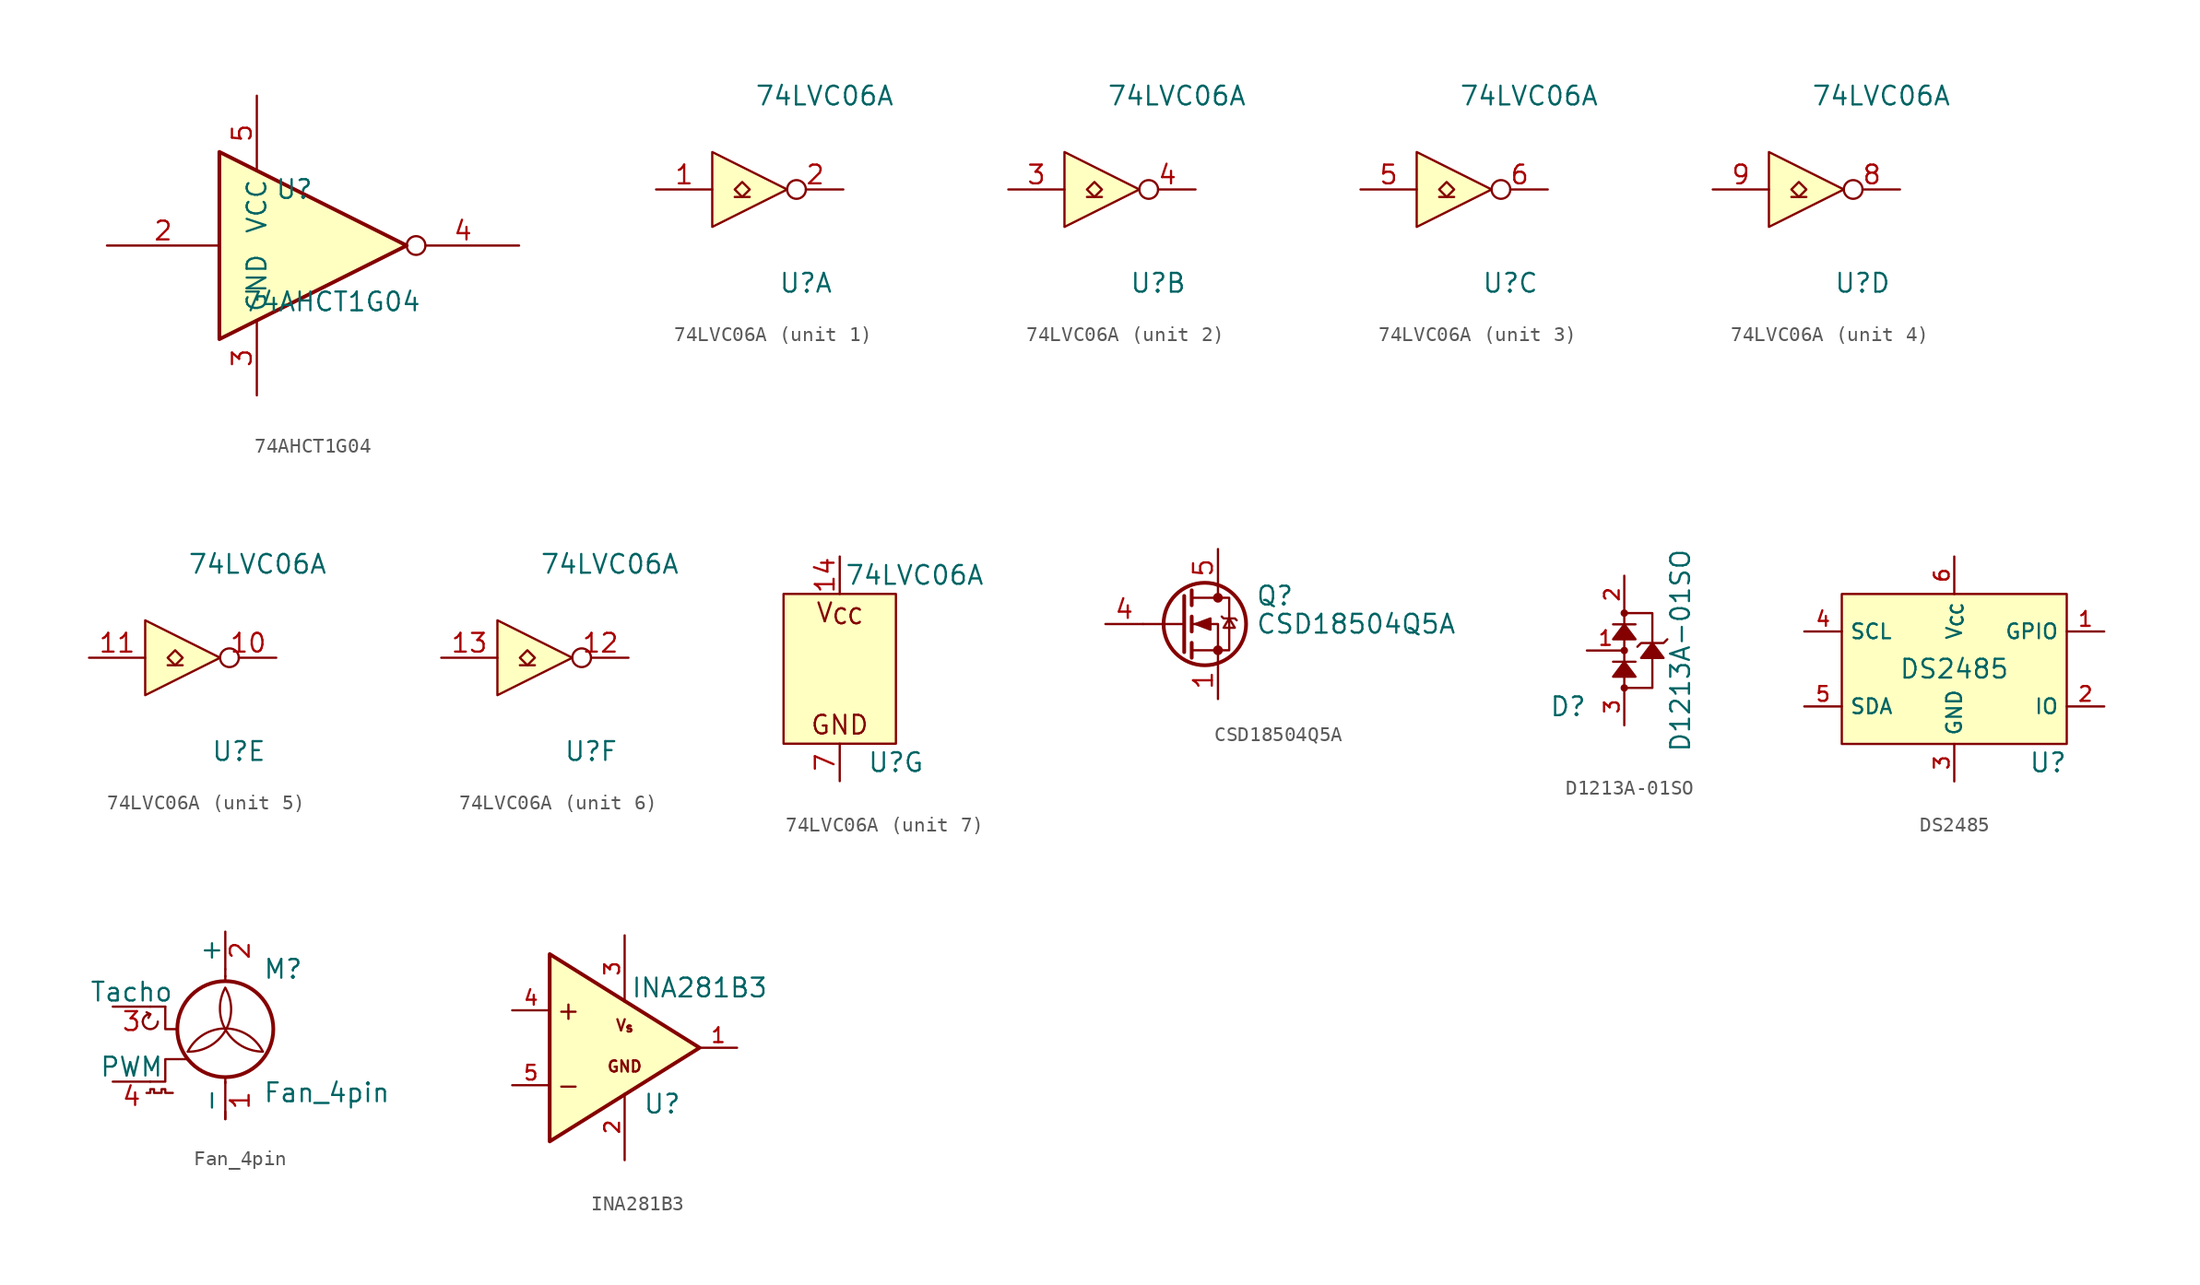
<source format=kicad_sym>
(kicad_symbol_lib
  (version 20231120)
  (generator "kicad_symbol_editor")
  (generator_version "8.0")
  (symbol "74AHCT1G04"
    (property "Reference" "U"
      (at -2.54 3.81 0)
      (effects (font (size 1.27 1.27))))
    (property "Value" "74AHCT1G04"
      (at 0 -3.81 0)
      (effects (font (size 1.27 1.27))))
    (symbol "74AHCT1G04_0_1"
      (polyline (pts (xy -7.62 6.35) (xy -7.62 -6.35) (xy 5.08 0) (xy -7.62 6.35)) (stroke (width 0.254) (type default)) (fill (type background))))
    (symbol "74AHCT1G04_1_1"
      (pin no_connect line (at 0 0 90) (length 0) hide (name "NC" (effects (font (size 1.27 1.27)))) (number "1" (effects (font (size 1.27 1.27)))))
      (pin input line (at -15.24 0 0) (length 7.62) (name "~" (effects (font (size 1.27 1.27)))) (number "2" (effects (font (size 1.27 1.27)))))
      (pin power_in line (at -5.08 -10.16 90) (length 5.08) (name "GND" (effects (font (size 1.27 1.27)))) (number "3" (effects (font (size 1.27 1.27)))))
      (pin output inverted (at 12.7 0 180) (length 7.62) (name "~" (effects (font (size 1.27 1.27)))) (number "4" (effects (font (size 1.27 1.27)))))
      (pin power_in line (at -5.08 10.16 270) (length 5.08) (name "VCC" (effects (font (size 1.27 1.27)))) (number "5" (effects (font (size 1.27 1.27)))))))
  (symbol "74LVC06A"
    (pin_names hide)
    (property "Reference" "U"
      (at 3.81 -6.35 0)
      (effects (font (size 1.27 1.27))))
    (property "Value" "74LVC06A"
      (at 5.08 6.35 0)
      (effects (font (size 1.27 1.27))))
    (symbol "74LVC06A_1_1"
      (polyline (pts (xy -1.016 -0.508) (xy 0 -0.508)) (stroke (width 0) (type default)) (fill (type none)))
      (polyline (pts (xy -2.54 2.54) (xy -2.54 -2.54) (xy 2.54 0) (xy -2.54 2.54)) (stroke (width 0) (type default)) (fill (type background)))
      (polyline (pts (xy -0.508 0.508) (xy -1.016 0) (xy -0.508 -0.508) (xy 0 0) (xy -0.508 0.508)) (stroke (width 0) (type default)) (fill (type none)))
      (pin input line (at -6.35 0 0) (length 3.81) (name "1A" (effects (font (size 1.27 1.27)))) (number "1" (effects (font (size 1.27 1.27)))))
      (pin open_collector inverted (at 6.35 0 180) (length 3.81) (name "1Y" (effects (font (size 1.27 1.27)))) (number "2" (effects (font (size 1.27 1.27))))))
    (symbol "74LVC06A_2_1"
      (polyline (pts (xy -1.016 -0.508) (xy 0 -0.508)) (stroke (width 0) (type default)) (fill (type none)))
      (polyline (pts (xy -2.54 2.54) (xy -2.54 -2.54) (xy 2.54 0) (xy -2.54 2.54)) (stroke (width 0) (type default)) (fill (type background)))
      (polyline (pts (xy -0.508 0.508) (xy -1.016 0) (xy -0.508 -0.508) (xy 0 0) (xy -0.508 0.508)) (stroke (width 0) (type default)) (fill (type none)))
      (pin input line (at -6.35 0 0) (length 3.81) (name "2A" (effects (font (size 1.27 1.27)))) (number "3" (effects (font (size 1.27 1.27)))))
      (pin open_collector inverted (at 6.35 0 180) (length 3.81) (name "2Y" (effects (font (size 1.27 1.27)))) (number "4" (effects (font (size 1.27 1.27))))))
    (symbol "74LVC06A_3_1"
      (polyline (pts (xy -1.016 -0.508) (xy 0 -0.508)) (stroke (width 0) (type default)) (fill (type none)))
      (polyline (pts (xy -2.54 2.54) (xy -2.54 -2.54) (xy 2.54 0) (xy -2.54 2.54)) (stroke (width 0) (type default)) (fill (type background)))
      (polyline (pts (xy -0.508 0.508) (xy -1.016 0) (xy -0.508 -0.508) (xy 0 0) (xy -0.508 0.508)) (stroke (width 0) (type default)) (fill (type none)))
      (pin input line (at -6.35 0 0) (length 3.81) (name "3A" (effects (font (size 1.27 1.27)))) (number "5" (effects (font (size 1.27 1.27)))))
      (pin open_collector inverted (at 6.35 0 180) (length 3.81) (name "3Y" (effects (font (size 1.27 1.27)))) (number "6" (effects (font (size 1.27 1.27))))))
    (symbol "74LVC06A_4_1"
      (polyline (pts (xy -1.016 -0.508) (xy 0 -0.508)) (stroke (width 0) (type default)) (fill (type none)))
      (polyline (pts (xy -2.54 2.54) (xy -2.54 -2.54) (xy 2.54 0) (xy -2.54 2.54)) (stroke (width 0) (type default)) (fill (type background)))
      (polyline (pts (xy -0.508 0.508) (xy -1.016 0) (xy -0.508 -0.508) (xy 0 0) (xy -0.508 0.508)) (stroke (width 0) (type default)) (fill (type none)))
      (pin open_collector inverted (at 6.35 0 180) (length 3.81) (name "4Y" (effects (font (size 1.27 1.27)))) (number "8" (effects (font (size 1.27 1.27)))))
      (pin input line (at -6.35 0 0) (length 3.81) (name "4A" (effects (font (size 1.27 1.27)))) (number "9" (effects (font (size 1.27 1.27))))))
    (symbol "74LVC06A_5_1"
      (polyline (pts (xy -1.016 -0.508) (xy 0 -0.508)) (stroke (width 0) (type default)) (fill (type none)))
      (polyline (pts (xy -2.54 2.54) (xy -2.54 -2.54) (xy 2.54 0) (xy -2.54 2.54)) (stroke (width 0) (type default)) (fill (type background)))
      (polyline (pts (xy -0.508 0.508) (xy -1.016 0) (xy -0.508 -0.508) (xy 0 0) (xy -0.508 0.508)) (stroke (width 0) (type default)) (fill (type none)))
      (pin open_collector inverted (at 6.35 0 180) (length 3.81) (name "5Y" (effects (font (size 1.27 1.27)))) (number "10" (effects (font (size 1.27 1.27)))))
      (pin input line (at -6.35 0 0) (length 3.81) (name "5A" (effects (font (size 1.27 1.27)))) (number "11" (effects (font (size 1.27 1.27))))))
    (symbol "74LVC06A_6_1"
      (polyline (pts (xy -1.016 -0.508) (xy 0 -0.508)) (stroke (width 0) (type default)) (fill (type none)))
      (polyline (pts (xy -2.54 2.54) (xy -2.54 -2.54) (xy 2.54 0) (xy -2.54 2.54)) (stroke (width 0) (type default)) (fill (type background)))
      (polyline (pts (xy -0.508 0.508) (xy -1.016 0) (xy -0.508 -0.508) (xy 0 0) (xy -0.508 0.508)) (stroke (width 0) (type default)) (fill (type none)))
      (pin open_collector inverted (at 6.35 0 180) (length 3.81) (name "6Y" (effects (font (size 1.27 1.27)))) (number "12" (effects (font (size 1.27 1.27)))))
      (pin input line (at -6.35 0 0) (length 3.81) (name "6A" (effects (font (size 1.27 1.27)))) (number "13" (effects (font (size 1.27 1.27))))))
    (symbol "74LVC06A_7_1"
      (rectangle (start -3.81 5.08) (end 3.81 -5.08) (stroke (width 0) (type default)) (fill (type background)))
      (text "GND" (at 0 -3.81 0) (effects (font (size 1.27 1.27))))
      (text "V_{CC}" (at 0 3.81 0) (effects (font (size 1.27 1.27))))
      (pin power_in line (at 0 7.62 270) (length 2.54) (name "V_{CC}" (effects (font (size 1.27 1.27)))) (number "14" (effects (font (size 1.27 1.27)))))
      (pin power_in line (at 0 -7.62 90) (length 2.54) (name "GND" (effects (font (size 1.27 1.27)))) (number "7" (effects (font (size 1.27 1.27)))))))
  (symbol "CSD18504Q5A"
    (pin_names hide)
    (property "Reference" "Q"
      (at 5.08 1.905 0)
      (effects (font (size 1.27 1.27)) (justify left)))
    (property "Value" "CSD18504Q5A"
      (at 5.08 0 0)
      (effects (font (size 1.27 1.27)) (justify left)))
    (symbol "CSD18504Q5A_0_1"
      (polyline (pts (xy 0.254 0) (xy -2.54 0)) (stroke (width 0) (type default)) (fill (type none)))
      (polyline (pts (xy 0.254 1.905) (xy 0.254 -1.905)) (stroke (width 0.254) (type default)) (fill (type none)))
      (polyline (pts (xy 0.762 -1.27) (xy 0.762 -2.286)) (stroke (width 0.254) (type default)) (fill (type none)))
      (polyline (pts (xy 0.762 0.508) (xy 0.762 -0.508)) (stroke (width 0.254) (type default)) (fill (type none)))
      (polyline (pts (xy 0.762 2.286) (xy 0.762 1.27)) (stroke (width 0.254) (type default)) (fill (type none)))
      (polyline (pts (xy 2.54 2.54) (xy 2.54 1.778)) (stroke (width 0) (type default)) (fill (type none)))
      (polyline (pts (xy 2.54 -2.54) (xy 2.54 0) (xy 0.762 0)) (stroke (width 0) (type default)) (fill (type none)))
      (polyline (pts (xy 0.762 -1.778) (xy 3.302 -1.778) (xy 3.302 1.778) (xy 0.762 1.778)) (stroke (width 0) (type default)) (fill (type none)))
      (polyline (pts (xy 1.016 0) (xy 2.032 0.381) (xy 2.032 -0.381) (xy 1.016 0)) (stroke (width 0) (type default)) (fill (type outline)))
      (polyline (pts (xy 2.794 0.508) (xy 2.921 0.381) (xy 3.683 0.381) (xy 3.81 0.254)) (stroke (width 0) (type default)) (fill (type none)))
      (polyline (pts (xy 3.302 0.381) (xy 2.921 -0.254) (xy 3.683 -0.254) (xy 3.302 0.381)) (stroke (width 0) (type default)) (fill (type none)))
      (circle (center 1.651 0) (radius 2.794) (stroke (width 0.254) (type default)) (fill (type none)))
      (circle (center 2.54 -1.778) (radius 0.254) (stroke (width 0) (type default)) (fill (type outline)))
      (circle (center 2.54 1.778) (radius 0.254) (stroke (width 0) (type default)) (fill (type outline))))
    (symbol "CSD18504Q5A_1_1"
      (pin passive line (at 2.54 -5.08 90) (length 2.54) (name "S" (effects (font (size 1.27 1.27)))) (number "1" (effects (font (size 1.27 1.27)))))
      (pin passive line (at 2.54 -5.08 90) (length 2.54) hide (name "S" (effects (font (size 1.27 1.27)))) (number "2" (effects (font (size 1.27 1.27)))))
      (pin passive line (at 2.54 -5.08 90) (length 2.54) hide (name "S" (effects (font (size 1.27 1.27)))) (number "3" (effects (font (size 1.27 1.27)))))
      (pin passive line (at -5.08 0 0) (length 2.54) (name "G" (effects (font (size 1.27 1.27)))) (number "4" (effects (font (size 1.27 1.27)))))
      (pin passive line (at 2.54 5.08 270) (length 2.54) (name "D" (effects (font (size 1.27 1.27)))) (number "5" (effects (font (size 1.27 1.27)))))))
  (symbol "D1213A-01SO"
    (pin_names
      (offset 1.016) hide)
    (property "Reference" "D"
      (at -2.54 -3.81 0)
      (effects (font (size 1.27 1.27)) (justify right)))
    (property "Value" "D1213A-01SO"
      (at 3.81 0 90)
      (effects (font (size 1.27 1.27))))
    (symbol "D1213A-01SO_0_1"
      (circle (center 0 -2.54) (radius 0.178) (stroke (width 0) (type default)) (fill (type outline)))
      (polyline (pts (xy -0.762 -0.762) (xy 0.762 -0.762)) (stroke (width 0) (type default)) (fill (type none)))
      (polyline (pts (xy -0.762 1.778) (xy 0.762 1.778)) (stroke (width 0) (type default)) (fill (type none)))
      (polyline (pts (xy 0 -2.54) (xy 0 2.54)) (stroke (width 0) (type default)) (fill (type none)))
      (polyline (pts (xy -0.762 0.762) (xy 0 1.778) (xy 0.762 0.762) (xy -0.762 0.762)) (stroke (width 0) (type default)) (fill (type outline)))
      (polyline (pts (xy 0 -2.54) (xy 1.905 -2.54) (xy 1.905 2.54) (xy 0 2.54)) (stroke (width 0) (type default)) (fill (type none)))
      (polyline (pts (xy 0 -0.762) (xy -0.762 -1.778) (xy 0.762 -1.778) (xy 0 -0.762)) (stroke (width 0) (type default)) (fill (type outline)))
      (polyline (pts (xy 0.889 0.254) (xy 1.143 0.508) (xy 2.667 0.508) (xy 2.921 0.762)) (stroke (width 0) (type default)) (fill (type none)))
      (polyline (pts (xy 1.905 0.508) (xy 1.143 -0.508) (xy 2.667 -0.508) (xy 1.905 0.508)) (stroke (width 0) (type default)) (fill (type outline)))
      (circle (center 0 0) (radius 0.178) (stroke (width 0) (type default)) (fill (type outline)))
      (circle (center 0 2.54) (radius 0.178) (stroke (width 0) (type default)) (fill (type outline))))
    (symbol "D1213A-01SO_1_1"
      (pin passive line (at -2.54 0 0) (length 2.54) (name "CH1" (effects (font (size 0.991 0.991)))) (number "1" (effects (font (size 0.991 0.991)))))
      (pin passive line (at 0 5.08 270) (length 2.54) (name "Vp" (effects (font (size 0.991 0.991)))) (number "2" (effects (font (size 0.991 0.991)))))
      (pin passive line (at 0 -5.08 90) (length 2.54) (name "Vn" (effects (font (size 0.991 0.991)))) (number "3" (effects (font (size 0.991 0.991)))))))
  (symbol "DS2485"
    (property "Reference" "U"
      (at 6.35 -6.35 0)
      (effects (font (size 1.27 1.27))))
    (property "Value" "DS2485"
      (at 0 0 0)
      (effects (font (size 1.27 1.27))))
    (symbol "DS2485_1_1"
      (rectangle (start -7.62 5.08) (end 7.62 -5.08) (stroke (width 0) (type default)) (fill (type background)))
      (pin bidirectional line (at 10.16 2.54 180) (length 2.54) (name "GPIO" (effects (font (size 1 1)))) (number "1" (effects (font (size 1 1)))))
      (pin bidirectional line (at 10.16 -2.54 180) (length 2.54) (name "IO" (effects (font (size 1 1)))) (number "2" (effects (font (size 1 1)))))
      (pin power_in line (at 0 -7.62 90) (length 2.54) (name "GND" (effects (font (size 1 1)))) (number "3" (effects (font (size 1 1)))))
      (pin input line (at -10.16 2.54 0) (length 2.54) (name "SCL" (effects (font (size 1 1)))) (number "4" (effects (font (size 1 1)))))
      (pin bidirectional line (at -10.16 -2.54 0) (length 2.54) (name "SDA" (effects (font (size 1 1)))) (number "5" (effects (font (size 1 1)))))
      (pin power_in line (at 0 7.62 270) (length 2.54) (name "V_{CC}" (effects (font (size 1 1)))) (number "6" (effects (font (size 1 1)))))
      (pin passive line (at 0 -7.62 90) (length 2.54) hide (name "GND" (effects (font (size 1 1)))) (number "7" (effects (font (size 1 1)))))))
  (symbol "Fan_4pin"
    (pin_names
      (offset 0))
    (property "Reference" "M"
      (at 2.54 5.08 0)
      (effects (font (size 1.27 1.27)) (justify left)))
    (property "Value" "Fan_4pin"
      (at 2.54 -2.54 0)
      (effects (font (size 1.27 1.27)) (justify left top)))
    (symbol "Fan_4pin_0_0"
      (arc (start -5.588 1.524) (mid -5.08 1.0182) (end -4.572 1.524) (stroke (width 0) (type default)) (fill (type none)))
      (arc (start -5.08 2.032) (mid -5.4392 1.8832) (end -5.588 1.524) (stroke (width 0) (type default)) (fill (type none)))
      (polyline (pts (xy -5.08 2.032) (xy -5.334 2.159)) (stroke (width 0) (type default)) (fill (type none)))
      (polyline (pts (xy -5.08 2.032) (xy -5.207 1.778)) (stroke (width 0) (type default)) (fill (type none)))
      (polyline (pts (xy -4.064 2.54) (xy -4.064 1.016) (xy -3.302 1.016)) (stroke (width 0) (type default)) (fill (type none))))
    (symbol "Fan_4pin_0_1"
      (arc (start -2.54 -0.508) (mid 0.0028 0.9121) (end 0 3.81) (stroke (width 0) (type default)) (fill (type none)))
      (polyline (pts (xy -4.064 2.54) (xy -5.08 2.54)) (stroke (width 0) (type default)) (fill (type none)))
      (polyline (pts (xy 0 -5.08) (xy 0 -4.572)) (stroke (width 0) (type default)) (fill (type none)))
      (polyline (pts (xy 0 -2.235) (xy 0 -2.642)) (stroke (width 0) (type default)) (fill (type none)))
      (polyline (pts (xy 0 4.267) (xy 0 4.623)) (stroke (width 0) (type default)) (fill (type none)))
      (polyline (pts (xy 0 4.572) (xy 0 5.08)) (stroke (width 0) (type default)) (fill (type none)))
      (polyline (pts (xy -2.54 -1.016) (xy -4.064 -1.016) (xy -4.064 -2.54) (xy -5.08 -2.54)) (stroke (width 0) (type default)) (fill (type none)))
      (polyline (pts (xy -5.334 -3.302) (xy -5.08 -3.302) (xy -5.08 -3.048) (xy -4.826 -3.048) (xy -4.826 -3.302) (xy -4.318 -3.302) (xy -4.318 -3.048) (xy -4.064 -3.048) (xy -4.064 -3.302) (xy -3.556 -3.302)) (stroke (width 0) (type default)) (fill (type none)))
      (circle (center 0 1.016) (radius 3.251) (stroke (width 0.254) (type default)) (fill (type none)))
      (arc (start 0 3.81) (mid 0.053 0.921) (end 2.54 -0.508) (stroke (width 0) (type default)) (fill (type none)))
      (arc (start 2.54 -0.508) (mid 0 1.0618) (end -2.54 -0.508) (stroke (width 0) (type default)) (fill (type none))))
    (symbol "Fan_4pin_1_1"
      (pin passive line (at 0 -5.08 90) (length 2.54) (name "-" (effects (font (size 1.27 1.27)))) (number "1" (effects (font (size 1.27 1.27)))))
      (pin passive line (at 0 7.62 270) (length 2.54) (name "+" (effects (font (size 1.27 1.27)))) (number "2" (effects (font (size 1.27 1.27)))))
      (pin passive line (at -7.62 2.54 0) (length 2.54) (name "Tacho" (effects (font (size 1.27 1.27)))) (number "3" (effects (font (size 1.27 1.27)))))
      (pin input line (at -7.62 -2.54 0) (length 2.54) (name "PWM" (effects (font (size 1.27 1.27)))) (number "4" (effects (font (size 1.27 1.27)))))))
  (symbol "INA281B3"
    (pin_names hide)
    (property "Reference" "U"
      (at 2.54 -3.81 0)
      (effects (font (size 1.27 1.27))))
    (property "Value" "INA281B3"
      (at 5.08 4.064 0)
      (effects (font (size 1.27 1.27))))
    (symbol "INA281B3_1_1"
      (polyline (pts (xy 5.08 0) (xy -5.08 6.35) (xy -5.08 -6.35) (xy 5.08 0)) (stroke (width 0.254) (type default)) (fill (type background)))
      (text "+" (at -3.81 2.54 0) (effects (font (size 1.27 1.27))))
      (text "-" (at -3.81 -2.54 0) (effects (font (size 1.27 1.27))))
      (text "GND" (at 0 -1.27 0) (effects (font (size 0.75 0.75))))
      (text "V_{s}" (at 0 1.524 0) (effects (font (size 0.75 0.75))))
      (pin output line (at 7.62 0 180) (length 2.54) (name "OUT" (effects (font (size 1 1)))) (number "1" (effects (font (size 1 1)))))
      (pin power_in line (at 0 -7.62 90) (length 4.5) (name "GND" (effects (font (size 1 1)))) (number "2" (effects (font (size 1 1)))))
      (pin power_in line (at 0 7.62 270) (length 4.5) (name "V_{S}" (effects (font (size 1 1)))) (number "3" (effects (font (size 1 1)))))
      (pin input line (at -7.62 2.54 0) (length 2.54) (name "IN+" (effects (font (size 1 1)))) (number "4" (effects (font (size 1 1)))))
      (pin input line (at -7.62 -2.54 0) (length 2.54) (name "IN-" (effects (font (size 1 1)))) (number "5" (effects (font (size 1 1))))))))
</source>
